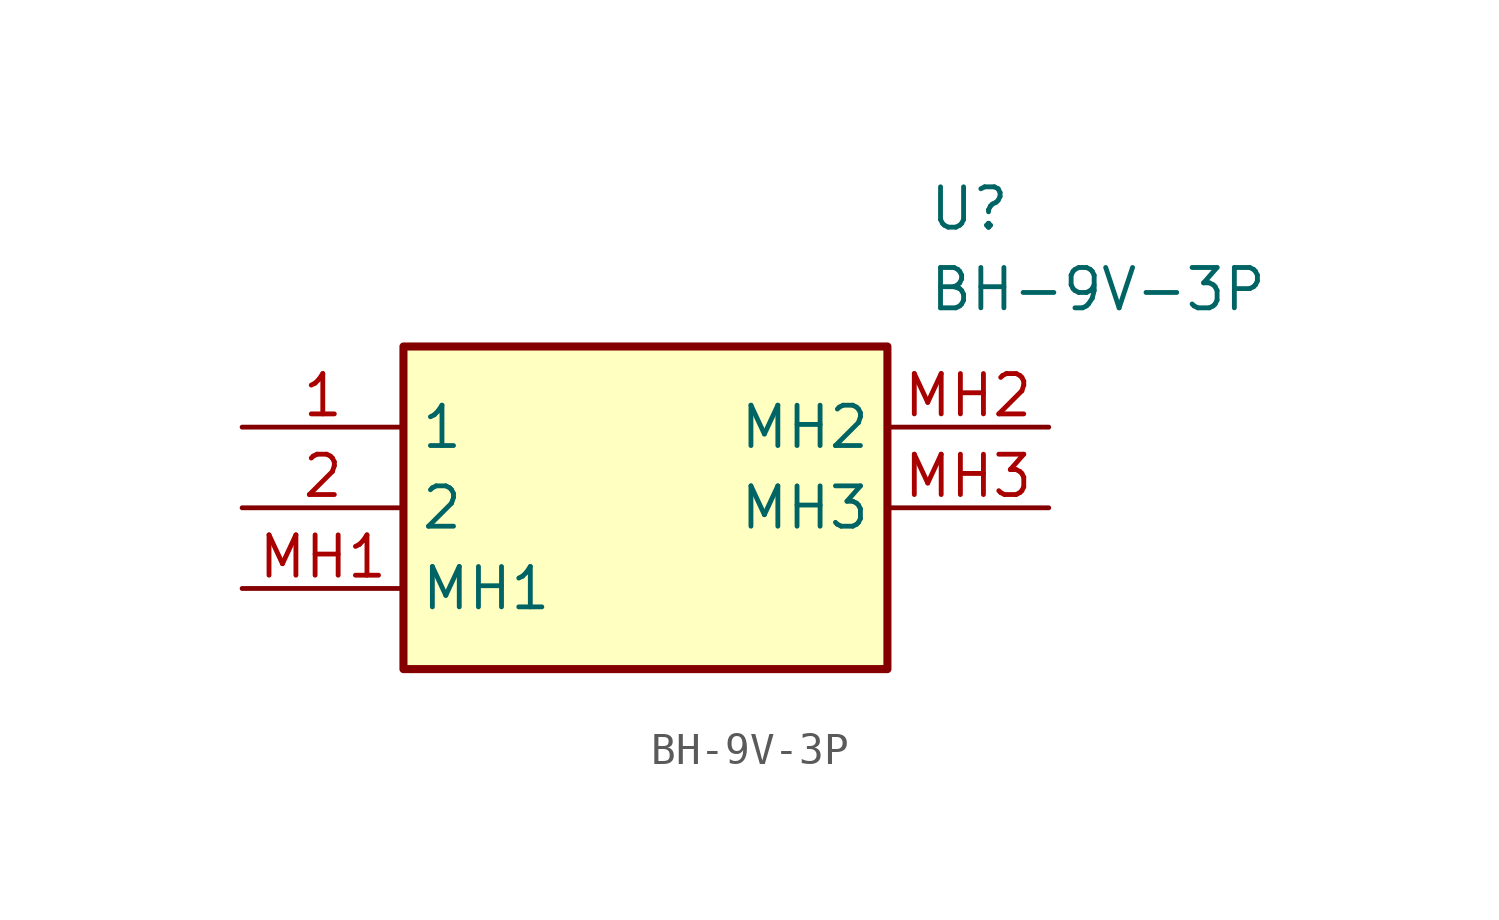
<source format=kicad_sym>
(kicad_symbol_lib
  (version 20211014)
  (generator SamacSys_ECAD_Model)
  (symbol "BH-9V-3P"
    (property "Reference" "U"
      (at 21.59 7.62 0)
      (effects (font (size 1.27 1.27)) (justify left top)))
    (property "Value" "BH-9V-3P"
      (at 21.59 5.08 0)
      (effects (font (size 1.27 1.27)) (justify left top)))
    (rectangle
      (start 5.08 2.54)
      (end 20.32 -7.62)
      (stroke (width 0.254) (type default))
      (fill (type background)))
    (pin passive line
      (at 0 0 0)
      (length 5.08)
      (name "1" (effects (font (size 1.27 1.27))))
      (number "1" (effects (font (size 1.27 1.27)))))
    (pin passive line
      (at 0 -2.54 0)
      (length 5.08)
      (name "2" (effects (font (size 1.27 1.27))))
      (number "2" (effects (font (size 1.27 1.27)))))
    (pin passive line
      (at 0 -5.08 0)
      (length 5.08)
      (name "MH1" (effects (font (size 1.27 1.27))))
      (number "MH1" (effects (font (size 1.27 1.27)))))
    (pin passive line
      (at 25.4 0 180)
      (length 5.08)
      (name "MH2" (effects (font (size 1.27 1.27))))
      (number "MH2" (effects (font (size 1.27 1.27)))))
    (pin passive line
      (at 25.4 -2.54 180)
      (length 5.08)
      (name "MH3" (effects (font (size 1.27 1.27))))
      (number "MH3" (effects (font (size 1.27 1.27)))))))
</source>
